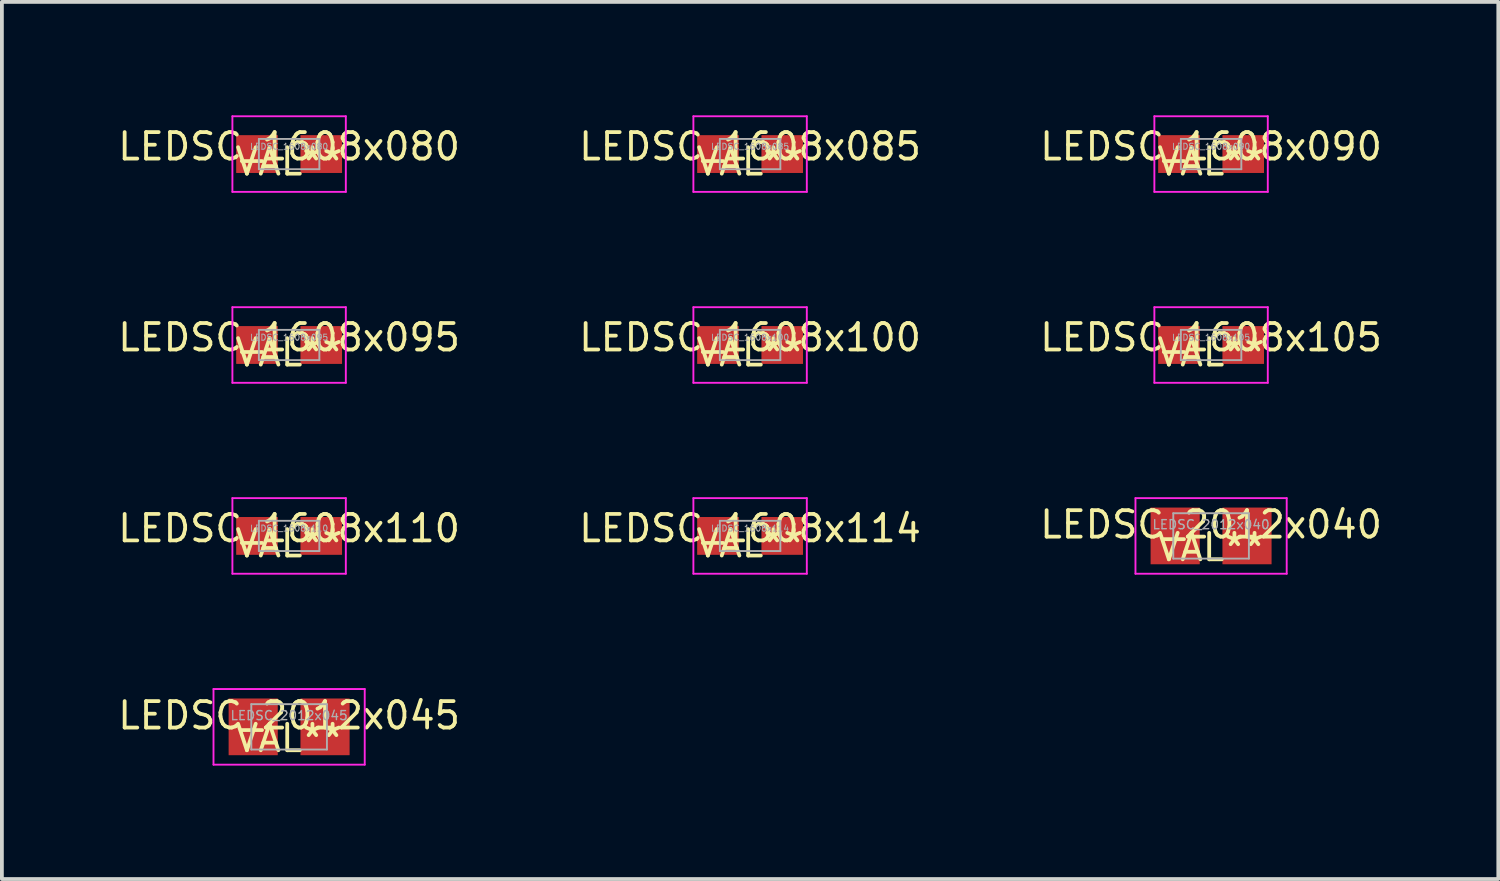
<source format=kicad_pcb>
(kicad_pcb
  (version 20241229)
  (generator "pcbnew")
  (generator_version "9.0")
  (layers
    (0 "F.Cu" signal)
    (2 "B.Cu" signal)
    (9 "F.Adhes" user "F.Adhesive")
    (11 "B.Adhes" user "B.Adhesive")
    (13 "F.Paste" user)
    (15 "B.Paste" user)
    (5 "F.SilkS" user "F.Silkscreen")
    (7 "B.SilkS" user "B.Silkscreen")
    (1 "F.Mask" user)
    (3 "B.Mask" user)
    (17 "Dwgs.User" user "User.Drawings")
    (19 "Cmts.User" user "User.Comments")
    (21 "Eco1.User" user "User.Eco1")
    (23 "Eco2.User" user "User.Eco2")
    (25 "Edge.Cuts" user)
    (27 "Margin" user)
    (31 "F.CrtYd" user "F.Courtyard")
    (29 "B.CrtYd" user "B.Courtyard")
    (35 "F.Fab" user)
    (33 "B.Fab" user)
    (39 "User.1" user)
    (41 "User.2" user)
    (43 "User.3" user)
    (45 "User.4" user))
  (footprint "LEDSC_1608x105"
    (layer "F.Cu")
    (at 28.983 6.075)
    (property "Reference" "LEDSC_1608x105" (at 0 -0.2 0) (layer "F.Fab") (effects (font (size 0.16 0.16) (thickness 0.024))))
    (property "Value" "VAL**" (at 0 0.2 0) (layer "F.Fab") (hide yes) (effects (font (size 0.16 0.16) (thickness 0.024))))
    (attr smd)
    (fp_line (start -1.5 -1) (end 1.5 -1) (stroke (width 0.05) (type solid)) (layer "F.CrtYd"))
    (fp_line (start -1.5 1) (end -1.5 -1) (stroke (width 0.05) (type solid)) (layer "F.CrtYd"))
    (fp_line (start 1.5 -1) (end 1.5 1) (stroke (width 0.05) (type solid)) (layer "F.CrtYd"))
    (fp_line (start 1.5 1) (end -1.5 1) (stroke (width 0.05) (type solid)) (layer "F.CrtYd"))
    (fp_line (start -0.8 -0.4) (end 0.8 -0.4) (stroke (width 0.05) (type solid)) (layer "F.Fab"))
    (fp_line (start -0.8 0.4) (end -0.8 -0.4) (stroke (width 0.05) (type solid)) (layer "F.Fab"))
    (fp_line (start 0.8 -0.4) (end 0.8 0.4) (stroke (width 0.05) (type solid)) (layer "F.Fab"))
    (fp_line (start 0.8 0.4) (end -0.8 0.4) (stroke (width 0.05) (type solid)) (layer "F.Fab"))
    (fp_text user "${VALUE}" (at 0 0.2 0) (layer "F.SilkS") (effects (font (size 0.7 0.7) (thickness 0.1))))
    (fp_text user "${REFERENCE}" (at 0 -0.2 0) (layer "F.SilkS") (effects (font (size 0.7 0.7) (thickness 0.1))))
    (pad "1" smd rect (at -0.85 0) (size 1.1 1) (layers "F.Cu" "F.Mask" "F.Paste"))
    (pad "2" smd rect (at 0.85 0) (size 1.1 1) (layers "F.Cu" "F.Mask" "F.Paste")))
  (footprint "LEDSC_1608x080"
    (layer "F.Cu")
    (at 4.597 1.025)
    (property "Reference" "LEDSC_1608x080" (at 0 -0.2 0) (layer "F.Fab") (effects (font (size 0.16 0.16) (thickness 0.024))))
    (property "Value" "VAL**" (at 0 0.2 0) (layer "F.Fab") (hide yes) (effects (font (size 0.16 0.16) (thickness 0.024))))
    (attr smd)
    (fp_line (start -1.5 -1) (end 1.5 -1) (stroke (width 0.05) (type solid)) (layer "F.CrtYd"))
    (fp_line (start -1.5 1) (end -1.5 -1) (stroke (width 0.05) (type solid)) (layer "F.CrtYd"))
    (fp_line (start 1.5 -1) (end 1.5 1) (stroke (width 0.05) (type solid)) (layer "F.CrtYd"))
    (fp_line (start 1.5 1) (end -1.5 1) (stroke (width 0.05) (type solid)) (layer "F.CrtYd"))
    (fp_line (start -0.8 -0.4) (end 0.8 -0.4) (stroke (width 0.05) (type solid)) (layer "F.Fab"))
    (fp_line (start -0.8 0.4) (end -0.8 -0.4) (stroke (width 0.05) (type solid)) (layer "F.Fab"))
    (fp_line (start 0.8 -0.4) (end 0.8 0.4) (stroke (width 0.05) (type solid)) (layer "F.Fab"))
    (fp_line (start 0.8 0.4) (end -0.8 0.4) (stroke (width 0.05) (type solid)) (layer "F.Fab"))
    (fp_text user "${VALUE}" (at 0 0.2 0) (layer "F.SilkS") (effects (font (size 0.7 0.7) (thickness 0.1))))
    (fp_text user "${REFERENCE}" (at 0 -0.2 0) (layer "F.SilkS") (effects (font (size 0.7 0.7) (thickness 0.1))))
    (pad "1" smd rect (at -0.85 0) (size 1.1 1) (layers "F.Cu" "F.Mask" "F.Paste"))
    (pad "2" smd rect (at 0.85 0) (size 1.1 1) (layers "F.Cu" "F.Mask" "F.Paste")))
  (footprint "LEDSC_1608x090"
    (layer "F.Cu")
    (at 28.983 1.025)
    (property "Reference" "LEDSC_1608x090" (at 0 -0.2 0) (layer "F.Fab") (effects (font (size 0.16 0.16) (thickness 0.024))))
    (property "Value" "VAL**" (at 0 0.2 0) (layer "F.Fab") (hide yes) (effects (font (size 0.16 0.16) (thickness 0.024))))
    (attr smd)
    (fp_line (start -1.5 -1) (end 1.5 -1) (stroke (width 0.05) (type solid)) (layer "F.CrtYd"))
    (fp_line (start -1.5 1) (end -1.5 -1) (stroke (width 0.05) (type solid)) (layer "F.CrtYd"))
    (fp_line (start 1.5 -1) (end 1.5 1) (stroke (width 0.05) (type solid)) (layer "F.CrtYd"))
    (fp_line (start 1.5 1) (end -1.5 1) (stroke (width 0.05) (type solid)) (layer "F.CrtYd"))
    (fp_line (start -0.8 -0.4) (end 0.8 -0.4) (stroke (width 0.05) (type solid)) (layer "F.Fab"))
    (fp_line (start -0.8 0.4) (end -0.8 -0.4) (stroke (width 0.05) (type solid)) (layer "F.Fab"))
    (fp_line (start 0.8 -0.4) (end 0.8 0.4) (stroke (width 0.05) (type solid)) (layer "F.Fab"))
    (fp_line (start 0.8 0.4) (end -0.8 0.4) (stroke (width 0.05) (type solid)) (layer "F.Fab"))
    (fp_text user "${VALUE}" (at 0 0.2 0) (layer "F.SilkS") (effects (font (size 0.7 0.7) (thickness 0.1))))
    (fp_text user "${REFERENCE}" (at 0 -0.2 0) (layer "F.SilkS") (effects (font (size 0.7 0.7) (thickness 0.1))))
    (pad "1" smd rect (at -0.85 0) (size 1.1 1) (layers "F.Cu" "F.Mask" "F.Paste"))
    (pad "2" smd rect (at 0.85 0) (size 1.1 1) (layers "F.Cu" "F.Mask" "F.Paste")))
  (footprint "LEDSC_2012x045"
    (layer "F.Cu")
    (at 4.597 16.175)
    (property "Reference" "LEDSC_2012x045" (at 0 -0.3 0) (layer "F.Fab") (effects (font (size 0.24 0.24) (thickness 0.036))))
    (property "Value" "VAL**" (at 0 0.3 0) (layer "F.Fab") (hide yes) (effects (font (size 0.24 0.24) (thickness 0.036))))
    (attr smd)
    (fp_line (start -2 -1) (end 2 -1) (stroke (width 0.05) (type solid)) (layer "F.CrtYd"))
    (fp_line (start -2 1) (end -2 -1) (stroke (width 0.05) (type solid)) (layer "F.CrtYd"))
    (fp_line (start 2 -1) (end 2 1) (stroke (width 0.05) (type solid)) (layer "F.CrtYd"))
    (fp_line (start 2 1) (end -2 1) (stroke (width 0.05) (type solid)) (layer "F.CrtYd"))
    (fp_line (start -1 -0.6) (end 1 -0.6) (stroke (width 0.05) (type solid)) (layer "F.Fab"))
    (fp_line (start -1 0.6) (end -1 -0.6) (stroke (width 0.05) (type solid)) (layer "F.Fab"))
    (fp_line (start 1 -0.6) (end 1 0.6) (stroke (width 0.05) (type solid)) (layer "F.Fab"))
    (fp_line (start 1 0.6) (end -1 0.6) (stroke (width 0.05) (type solid)) (layer "F.Fab"))
    (fp_text user "${VALUE}" (at 0 0.3 0) (layer "F.SilkS") (effects (font (size 0.7 0.7) (thickness 0.1))))
    (fp_text user "${REFERENCE}" (at 0 -0.3 0) (layer "F.SilkS") (effects (font (size 0.7 0.7) (thickness 0.1))))
    (pad "1" smd rect (at -0.95 0) (size 1.3 1.5) (layers "F.Cu" "F.Mask" "F.Paste"))
    (pad "2" smd rect (at 0.95 0) (size 1.3 1.5) (layers "F.Cu" "F.Mask" "F.Paste")))
  (footprint "LEDSC_1608x095"
    (layer "F.Cu")
    (at 4.597 6.075)
    (property "Reference" "LEDSC_1608x095" (at 0 -0.2 0) (layer "F.Fab") (effects (font (size 0.16 0.16) (thickness 0.024))))
    (property "Value" "VAL**" (at 0 0.2 0) (layer "F.Fab") (hide yes) (effects (font (size 0.16 0.16) (thickness 0.024))))
    (attr smd)
    (fp_line (start -1.5 -1) (end 1.5 -1) (stroke (width 0.05) (type solid)) (layer "F.CrtYd"))
    (fp_line (start -1.5 1) (end -1.5 -1) (stroke (width 0.05) (type solid)) (layer "F.CrtYd"))
    (fp_line (start 1.5 -1) (end 1.5 1) (stroke (width 0.05) (type solid)) (layer "F.CrtYd"))
    (fp_line (start 1.5 1) (end -1.5 1) (stroke (width 0.05) (type solid)) (layer "F.CrtYd"))
    (fp_line (start -0.8 -0.4) (end 0.8 -0.4) (stroke (width 0.05) (type solid)) (layer "F.Fab"))
    (fp_line (start -0.8 0.4) (end -0.8 -0.4) (stroke (width 0.05) (type solid)) (layer "F.Fab"))
    (fp_line (start 0.8 -0.4) (end 0.8 0.4) (stroke (width 0.05) (type solid)) (layer "F.Fab"))
    (fp_line (start 0.8 0.4) (end -0.8 0.4) (stroke (width 0.05) (type solid)) (layer "F.Fab"))
    (fp_text user "${VALUE}" (at 0 0.2 0) (layer "F.SilkS") (effects (font (size 0.7 0.7) (thickness 0.1))))
    (fp_text user "${REFERENCE}" (at 0 -0.2 0) (layer "F.SilkS") (effects (font (size 0.7 0.7) (thickness 0.1))))
    (pad "1" smd rect (at -0.85 0) (size 1.1 1) (layers "F.Cu" "F.Mask" "F.Paste"))
    (pad "2" smd rect (at 0.85 0) (size 1.1 1) (layers "F.Cu" "F.Mask" "F.Paste")))
  (footprint "LEDSC_1608x114"
    (layer "F.Cu")
    (at 16.79 11.125)
    (property "Reference" "LEDSC_1608x114" (at 0 -0.2 0) (layer "F.Fab") (effects (font (size 0.16 0.16) (thickness 0.024))))
    (property "Value" "VAL**" (at 0 0.2 0) (layer "F.Fab") (hide yes) (effects (font (size 0.16 0.16) (thickness 0.024))))
    (attr smd)
    (fp_line (start -1.5 -1) (end 1.5 -1) (stroke (width 0.05) (type solid)) (layer "F.CrtYd"))
    (fp_line (start -1.5 1) (end -1.5 -1) (stroke (width 0.05) (type solid)) (layer "F.CrtYd"))
    (fp_line (start 1.5 -1) (end 1.5 1) (stroke (width 0.05) (type solid)) (layer "F.CrtYd"))
    (fp_line (start 1.5 1) (end -1.5 1) (stroke (width 0.05) (type solid)) (layer "F.CrtYd"))
    (fp_line (start -0.8 -0.4) (end 0.8 -0.4) (stroke (width 0.05) (type solid)) (layer "F.Fab"))
    (fp_line (start -0.8 0.4) (end -0.8 -0.4) (stroke (width 0.05) (type solid)) (layer "F.Fab"))
    (fp_line (start 0.8 -0.4) (end 0.8 0.4) (stroke (width 0.05) (type solid)) (layer "F.Fab"))
    (fp_line (start 0.8 0.4) (end -0.8 0.4) (stroke (width 0.05) (type solid)) (layer "F.Fab"))
    (fp_text user "${VALUE}" (at 0 0.2 0) (layer "F.SilkS") (effects (font (size 0.7 0.7) (thickness 0.1))))
    (fp_text user "${REFERENCE}" (at 0 -0.2 0) (layer "F.SilkS") (effects (font (size 0.7 0.7) (thickness 0.1))))
    (pad "1" smd rect (at -0.85 0) (size 1.1 1) (layers "F.Cu" "F.Mask" "F.Paste"))
    (pad "2" smd rect (at 0.85 0) (size 1.1 1) (layers "F.Cu" "F.Mask" "F.Paste")))
  (footprint "LEDSC_2012x040"
    (layer "F.Cu")
    (at 28.983 11.125)
    (property "Reference" "LEDSC_2012x040" (at 0 -0.3 0) (layer "F.Fab") (effects (font (size 0.24 0.24) (thickness 0.036))))
    (property "Value" "VAL**" (at 0 0.3 0) (layer "F.Fab") (hide yes) (effects (font (size 0.24 0.24) (thickness 0.036))))
    (attr smd)
    (fp_line (start -2 -1) (end 2 -1) (stroke (width 0.05) (type solid)) (layer "F.CrtYd"))
    (fp_line (start -2 1) (end -2 -1) (stroke (width 0.05) (type solid)) (layer "F.CrtYd"))
    (fp_line (start 2 -1) (end 2 1) (stroke (width 0.05) (type solid)) (layer "F.CrtYd"))
    (fp_line (start 2 1) (end -2 1) (stroke (width 0.05) (type solid)) (layer "F.CrtYd"))
    (fp_line (start -1 -0.6) (end 1 -0.6) (stroke (width 0.05) (type solid)) (layer "F.Fab"))
    (fp_line (start -1 0.6) (end -1 -0.6) (stroke (width 0.05) (type solid)) (layer "F.Fab"))
    (fp_line (start 1 -0.6) (end 1 0.6) (stroke (width 0.05) (type solid)) (layer "F.Fab"))
    (fp_line (start 1 0.6) (end -1 0.6) (stroke (width 0.05) (type solid)) (layer "F.Fab"))
    (fp_text user "${REFERENCE}" (at 0 -0.3 0) (layer "F.SilkS") (effects (font (size 0.7 0.7) (thickness 0.1))))
    (fp_text user "${VALUE}" (at 0 0.3 0) (layer "F.SilkS") (effects (font (size 0.7 0.7) (thickness 0.1))))
    (pad "1" smd rect (at -0.95 0) (size 1.3 1.5) (layers "F.Cu" "F.Mask" "F.Paste"))
    (pad "2" smd rect (at 0.95 0) (size 1.3 1.5) (layers "F.Cu" "F.Mask" "F.Paste")))
  (footprint "LEDSC_1608x085"
    (layer "F.Cu")
    (at 16.79 1.025)
    (property "Reference" "LEDSC_1608x085" (at 0 -0.2 0) (layer "F.Fab") (effects (font (size 0.16 0.16) (thickness 0.024))))
    (property "Value" "VAL**" (at 0 0.2 0) (layer "F.Fab") (hide yes) (effects (font (size 0.16 0.16) (thickness 0.024))))
    (attr smd)
    (fp_line (start -1.5 -1) (end 1.5 -1) (stroke (width 0.05) (type solid)) (layer "F.CrtYd"))
    (fp_line (start -1.5 1) (end -1.5 -1) (stroke (width 0.05) (type solid)) (layer "F.CrtYd"))
    (fp_line (start 1.5 -1) (end 1.5 1) (stroke (width 0.05) (type solid)) (layer "F.CrtYd"))
    (fp_line (start 1.5 1) (end -1.5 1) (stroke (width 0.05) (type solid)) (layer "F.CrtYd"))
    (fp_line (start -0.8 -0.4) (end 0.8 -0.4) (stroke (width 0.05) (type solid)) (layer "F.Fab"))
    (fp_line (start -0.8 0.4) (end -0.8 -0.4) (stroke (width 0.05) (type solid)) (layer "F.Fab"))
    (fp_line (start 0.8 -0.4) (end 0.8 0.4) (stroke (width 0.05) (type solid)) (layer "F.Fab"))
    (fp_line (start 0.8 0.4) (end -0.8 0.4) (stroke (width 0.05) (type solid)) (layer "F.Fab"))
    (fp_text user "${REFERENCE}" (at 0 -0.2 0) (layer "F.SilkS") (effects (font (size 0.7 0.7) (thickness 0.1))))
    (fp_text user "${VALUE}" (at 0 0.2 0) (layer "F.SilkS") (effects (font (size 0.7 0.7) (thickness 0.1))))
    (pad "1" smd rect (at -0.85 0) (size 1.1 1) (layers "F.Cu" "F.Mask" "F.Paste"))
    (pad "2" smd rect (at 0.85 0) (size 1.1 1) (layers "F.Cu" "F.Mask" "F.Paste")))
  (footprint "LEDSC_1608x100"
    (layer "F.Cu")
    (at 16.79 6.075)
    (property "Reference" "LEDSC_1608x100" (at 0 -0.2 0) (layer "F.Fab") (effects (font (size 0.16 0.16) (thickness 0.024))))
    (property "Value" "VAL**" (at 0 0.2 0) (layer "F.Fab") (hide yes) (effects (font (size 0.16 0.16) (thickness 0.024))))
    (attr smd)
    (fp_line (start -1.5 -1) (end 1.5 -1) (stroke (width 0.05) (type solid)) (layer "F.CrtYd"))
    (fp_line (start -1.5 1) (end -1.5 -1) (stroke (width 0.05) (type solid)) (layer "F.CrtYd"))
    (fp_line (start 1.5 -1) (end 1.5 1) (stroke (width 0.05) (type solid)) (layer "F.CrtYd"))
    (fp_line (start 1.5 1) (end -1.5 1) (stroke (width 0.05) (type solid)) (layer "F.CrtYd"))
    (fp_line (start -0.8 -0.4) (end 0.8 -0.4) (stroke (width 0.05) (type solid)) (layer "F.Fab"))
    (fp_line (start -0.8 0.4) (end -0.8 -0.4) (stroke (width 0.05) (type solid)) (layer "F.Fab"))
    (fp_line (start 0.8 -0.4) (end 0.8 0.4) (stroke (width 0.05) (type solid)) (layer "F.Fab"))
    (fp_line (start 0.8 0.4) (end -0.8 0.4) (stroke (width 0.05) (type solid)) (layer "F.Fab"))
    (fp_text user "${REFERENCE}" (at 0 -0.2 0) (layer "F.SilkS") (effects (font (size 0.7 0.7) (thickness 0.1))))
    (fp_text user "${VALUE}" (at 0 0.2 0) (layer "F.SilkS") (effects (font (size 0.7 0.7) (thickness 0.1))))
    (pad "1" smd rect (at -0.85 0) (size 1.1 1) (layers "F.Cu" "F.Mask" "F.Paste"))
    (pad "2" smd rect (at 0.85 0) (size 1.1 1) (layers "F.Cu" "F.Mask" "F.Paste")))
  (footprint "LEDSC_1608x110"
    (layer "F.Cu")
    (at 4.597 11.125)
    (property "Reference" "LEDSC_1608x110" (at 0 -0.2 0) (layer "F.Fab") (effects (font (size 0.16 0.16) (thickness 0.024))))
    (property "Value" "VAL**" (at 0 0.2 0) (layer "F.Fab") (hide yes) (effects (font (size 0.16 0.16) (thickness 0.024))))
    (attr smd)
    (fp_line (start -1.5 -1) (end 1.5 -1) (stroke (width 0.05) (type solid)) (layer "F.CrtYd"))
    (fp_line (start -1.5 1) (end -1.5 -1) (stroke (width 0.05) (type solid)) (layer "F.CrtYd"))
    (fp_line (start 1.5 -1) (end 1.5 1) (stroke (width 0.05) (type solid)) (layer "F.CrtYd"))
    (fp_line (start 1.5 1) (end -1.5 1) (stroke (width 0.05) (type solid)) (layer "F.CrtYd"))
    (fp_line (start -0.8 -0.4) (end 0.8 -0.4) (stroke (width 0.05) (type solid)) (layer "F.Fab"))
    (fp_line (start -0.8 0.4) (end -0.8 -0.4) (stroke (width 0.05) (type solid)) (layer "F.Fab"))
    (fp_line (start 0.8 -0.4) (end 0.8 0.4) (stroke (width 0.05) (type solid)) (layer "F.Fab"))
    (fp_line (start 0.8 0.4) (end -0.8 0.4) (stroke (width 0.05) (type solid)) (layer "F.Fab"))
    (fp_text user "${VALUE}" (at 0 0.2 0) (layer "F.SilkS") (effects (font (size 0.7 0.7) (thickness 0.1))))
    (fp_text user "${REFERENCE}" (at 0 -0.2 0) (layer "F.SilkS") (effects (font (size 0.7 0.7) (thickness 0.1))))
    (pad "1" smd rect (at -0.85 0) (size 1.1 1) (layers "F.Cu" "F.Mask" "F.Paste"))
    (pad "2" smd rect (at 0.85 0) (size 1.1 1) (layers "F.Cu" "F.Mask" "F.Paste")))
  (gr_rect
    (start -3 -3)
    (end 36.58 20.2)
    (stroke (width 0.1) (type default))
    (fill no)
    (layer "Edge.Cuts")))
</source>
